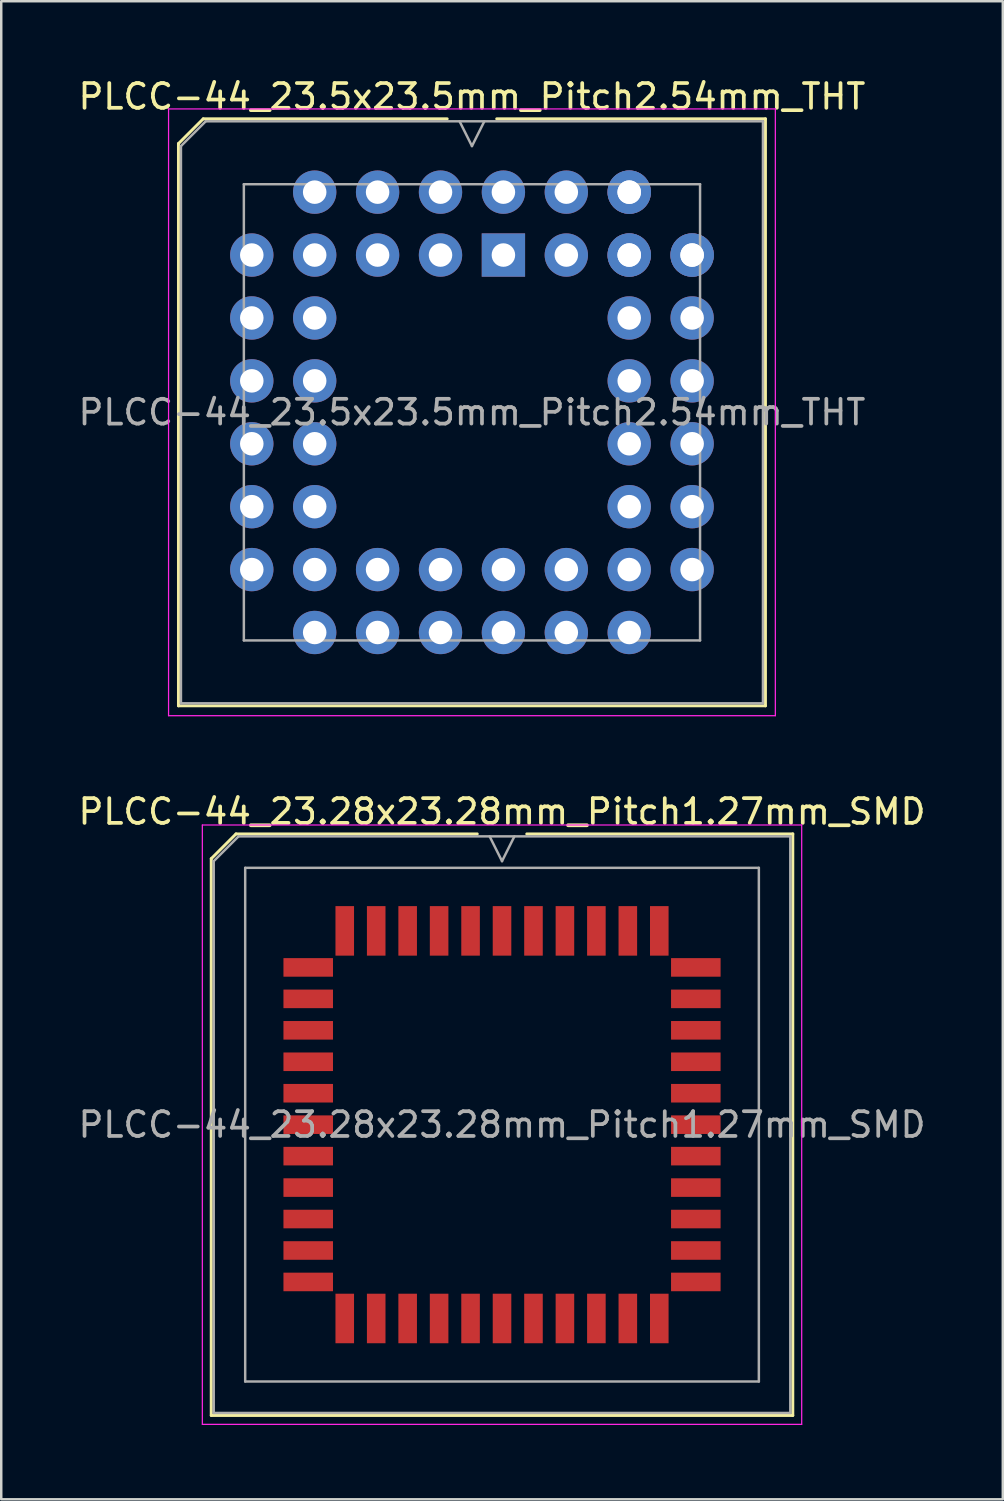
<source format=kicad_pcb>
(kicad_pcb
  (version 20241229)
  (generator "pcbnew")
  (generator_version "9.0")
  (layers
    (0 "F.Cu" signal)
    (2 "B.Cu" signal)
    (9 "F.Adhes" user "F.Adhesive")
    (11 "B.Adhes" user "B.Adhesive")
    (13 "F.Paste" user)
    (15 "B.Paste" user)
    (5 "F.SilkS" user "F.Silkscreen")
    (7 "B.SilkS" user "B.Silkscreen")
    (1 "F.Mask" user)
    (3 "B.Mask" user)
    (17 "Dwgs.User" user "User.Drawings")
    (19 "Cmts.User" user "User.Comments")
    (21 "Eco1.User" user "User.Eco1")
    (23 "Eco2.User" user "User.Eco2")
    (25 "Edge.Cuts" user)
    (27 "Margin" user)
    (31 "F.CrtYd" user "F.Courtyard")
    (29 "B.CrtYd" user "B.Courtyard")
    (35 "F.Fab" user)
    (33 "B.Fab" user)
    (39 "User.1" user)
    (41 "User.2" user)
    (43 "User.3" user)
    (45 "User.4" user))
  (footprint "PLCC-44_23.28x23.28mm_Pitch1.27mm_SMD"
    (layer "F.Cu")
    (at 17.22 42.361)
    (property "Reference" "PLCC-44_23.28x23.28mm_Pitch1.27mm_SMD" (at 0 -12.64 0) (layer "F.SilkS") (effects (font (size 1 1) (thickness 0.15))))
    (attr smd)
    (fp_line (start -11.74 -10.74) (end -11.74 11.74) (stroke (width 0.12) (type solid)) (layer "F.SilkS"))
    (fp_line (start -11.74 11.74) (end 11.74 11.74) (stroke (width 0.12) (type solid)) (layer "F.SilkS"))
    (fp_line (start -10.74 -11.74) (end -11.74 -10.74) (stroke (width 0.12) (type solid)) (layer "F.SilkS"))
    (fp_line (start -1 -11.74) (end -10.74 -11.74) (stroke (width 0.12) (type solid)) (layer "F.SilkS"))
    (fp_line (start 11.74 -11.74) (end 1 -11.74) (stroke (width 0.12) (type solid)) (layer "F.SilkS"))
    (fp_line (start 11.74 11.74) (end 11.74 -11.74) (stroke (width 0.12) (type solid)) (layer "F.SilkS"))
    (fp_line (start -12.1 -12.1) (end -12.1 12.1) (stroke (width 0.05) (type solid)) (layer "F.CrtYd"))
    (fp_line (start -12.1 12.1) (end 12.1 12.1) (stroke (width 0.05) (type solid)) (layer "F.CrtYd"))
    (fp_line (start 12.1 -12.1) (end -12.1 -12.1) (stroke (width 0.05) (type solid)) (layer "F.CrtYd"))
    (fp_line (start 12.1 12.1) (end 12.1 -12.1) (stroke (width 0.05) (type solid)) (layer "F.CrtYd"))
    (fp_line (start -11.64 -10.64) (end -11.64 11.64) (stroke (width 0.1) (type solid)) (layer "F.Fab"))
    (fp_line (start -11.64 11.64) (end 11.64 11.64) (stroke (width 0.1) (type solid)) (layer "F.Fab"))
    (fp_line (start -10.64 -11.64) (end -11.64 -10.64) (stroke (width 0.1) (type solid)) (layer "F.Fab"))
    (fp_line (start -10.37 -10.37) (end -10.37 10.37) (stroke (width 0.1) (type solid)) (layer "F.Fab"))
    (fp_line (start -10.37 10.37) (end 10.37 10.37) (stroke (width 0.1) (type solid)) (layer "F.Fab"))
    (fp_line (start -0.5 -11.64) (end 0 -10.64) (stroke (width 0.1) (type solid)) (layer "F.Fab"))
    (fp_line (start 0 -10.64) (end 0.5 -11.64) (stroke (width 0.1) (type solid)) (layer "F.Fab"))
    (fp_line (start 10.37 -10.37) (end -10.37 -10.37) (stroke (width 0.1) (type solid)) (layer "F.Fab"))
    (fp_line (start 10.37 10.37) (end 10.37 -10.37) (stroke (width 0.1) (type solid)) (layer "F.Fab"))
    (fp_line (start 11.64 -11.64) (end -10.64 -11.64) (stroke (width 0.1) (type solid)) (layer "F.Fab"))
    (fp_line (start 11.64 11.64) (end 11.64 -11.64) (stroke (width 0.1) (type solid)) (layer "F.Fab"))
    (fp_text user "${REFERENCE}" (at 0 0 0) (layer "F.Fab") (effects (font (size 1 1) (thickness 0.15))))
    (pad "1" smd rect (at 0 -7.825) (size 0.75 2) (layers "F.Cu" "F.Mask" "F.Paste"))
    (pad "2" smd rect (at -1.27 -7.825) (size 0.75 2) (layers "F.Cu" "F.Mask" "F.Paste"))
    (pad "3" smd rect (at -2.54 -7.825) (size 0.75 2) (layers "F.Cu" "F.Mask" "F.Paste"))
    (pad "4" smd rect (at -3.81 -7.825) (size 0.75 2) (layers "F.Cu" "F.Mask" "F.Paste"))
    (pad "5" smd rect (at -5.08 -7.825) (size 0.75 2) (layers "F.Cu" "F.Mask" "F.Paste"))
    (pad "6" smd rect (at -6.35 -7.825) (size 0.75 2) (layers "F.Cu" "F.Mask" "F.Paste"))
    (pad "7" smd rect (at -7.825 -6.35) (size 2 0.75) (layers "F.Cu" "F.Mask" "F.Paste"))
    (pad "8" smd rect (at -7.825 -5.08) (size 2 0.75) (layers "F.Cu" "F.Mask" "F.Paste"))
    (pad "9" smd rect (at -7.825 -3.81) (size 2 0.75) (layers "F.Cu" "F.Mask" "F.Paste"))
    (pad "10" smd rect (at -7.825 -2.54) (size 2 0.75) (layers "F.Cu" "F.Mask" "F.Paste"))
    (pad "11" smd rect (at -7.825 -1.27) (size 2 0.75) (layers "F.Cu" "F.Mask" "F.Paste"))
    (pad "12" smd rect (at -7.825 0) (size 2 0.75) (layers "F.Cu" "F.Mask" "F.Paste"))
    (pad "13" smd rect (at -7.825 1.27) (size 2 0.75) (layers "F.Cu" "F.Mask" "F.Paste"))
    (pad "14" smd rect (at -7.825 2.54) (size 2 0.75) (layers "F.Cu" "F.Mask" "F.Paste"))
    (pad "15" smd rect (at -7.825 3.81) (size 2 0.75) (layers "F.Cu" "F.Mask" "F.Paste"))
    (pad "16" smd rect (at -7.825 5.08) (size 2 0.75) (layers "F.Cu" "F.Mask" "F.Paste"))
    (pad "17" smd rect (at -7.825 6.35) (size 2 0.75) (layers "F.Cu" "F.Mask" "F.Paste"))
    (pad "18" smd rect (at -6.35 7.825) (size 0.75 2) (layers "F.Cu" "F.Mask" "F.Paste"))
    (pad "19" smd rect (at -5.08 7.825) (size 0.75 2) (layers "F.Cu" "F.Mask" "F.Paste"))
    (pad "20" smd rect (at -3.81 7.825) (size 0.75 2) (layers "F.Cu" "F.Mask" "F.Paste"))
    (pad "21" smd rect (at -2.54 7.825) (size 0.75 2) (layers "F.Cu" "F.Mask" "F.Paste"))
    (pad "22" smd rect (at -1.27 7.825) (size 0.75 2) (layers "F.Cu" "F.Mask" "F.Paste"))
    (pad "23" smd rect (at 0 7.825) (size 0.75 2) (layers "F.Cu" "F.Mask" "F.Paste"))
    (pad "24" smd rect (at 1.27 7.825) (size 0.75 2) (layers "F.Cu" "F.Mask" "F.Paste"))
    (pad "25" smd rect (at 2.54 7.825) (size 0.75 2) (layers "F.Cu" "F.Mask" "F.Paste"))
    (pad "26" smd rect (at 3.81 7.825) (size 0.75 2) (layers "F.Cu" "F.Mask" "F.Paste"))
    (pad "27" smd rect (at 5.08 7.825) (size 0.75 2) (layers "F.Cu" "F.Mask" "F.Paste"))
    (pad "28" smd rect (at 6.35 7.825) (size 0.75 2) (layers "F.Cu" "F.Mask" "F.Paste"))
    (pad "29" smd rect (at 7.825 6.35) (size 2 0.75) (layers "F.Cu" "F.Mask" "F.Paste"))
    (pad "30" smd rect (at 7.825 5.08) (size 2 0.75) (layers "F.Cu" "F.Mask" "F.Paste"))
    (pad "31" smd rect (at 7.825 3.81) (size 2 0.75) (layers "F.Cu" "F.Mask" "F.Paste"))
    (pad "32" smd rect (at 7.825 2.54) (size 2 0.75) (layers "F.Cu" "F.Mask" "F.Paste"))
    (pad "33" smd rect (at 7.825 1.27) (size 2 0.75) (layers "F.Cu" "F.Mask" "F.Paste"))
    (pad "34" smd rect (at 7.825 0) (size 2 0.75) (layers "F.Cu" "F.Mask" "F.Paste"))
    (pad "35" smd rect (at 7.825 -1.27) (size 2 0.75) (layers "F.Cu" "F.Mask" "F.Paste"))
    (pad "36" smd rect (at 7.825 -2.54) (size 2 0.75) (layers "F.Cu" "F.Mask" "F.Paste"))
    (pad "37" smd rect (at 7.825 -3.81) (size 2 0.75) (layers "F.Cu" "F.Mask" "F.Paste"))
    (pad "38" smd rect (at 7.825 -5.08) (size 2 0.75) (layers "F.Cu" "F.Mask" "F.Paste"))
    (pad "39" smd rect (at 7.825 -6.35) (size 2 0.75) (layers "F.Cu" "F.Mask" "F.Paste"))
    (pad "40" smd rect (at 6.35 -7.825) (size 0.75 2) (layers "F.Cu" "F.Mask" "F.Paste"))
    (pad "41" smd rect (at 5.08 -7.825) (size 0.75 2) (layers "F.Cu" "F.Mask" "F.Paste"))
    (pad "42" smd rect (at 3.81 -7.825) (size 0.75 2) (layers "F.Cu" "F.Mask" "F.Paste"))
    (pad "43" smd rect (at 2.54 -7.825) (size 0.75 2) (layers "F.Cu" "F.Mask" "F.Paste"))
    (pad "44" smd rect (at 1.27 -7.825) (size 0.75 2) (layers "F.Cu" "F.Mask" "F.Paste")))
  (footprint "PLCC-44_23.5x23.5mm_Pitch2.54mm_THT"
    (layer "F.Cu")
    (at 16.006 13.598)
    (property "Reference" "PLCC-44_23.5x23.5mm_Pitch2.54mm_THT" (at 0 -12.75 0) (layer "F.SilkS") (effects (font (size 1 1) (thickness 0.15))))
    (attr through_hole)
    (fp_line (start -11.85 -10.85) (end -11.85 11.85) (stroke (width 0.12) (type solid)) (layer "F.SilkS"))
    (fp_line (start -11.85 11.85) (end 11.85 11.85) (stroke (width 0.12) (type solid)) (layer "F.SilkS"))
    (fp_line (start -10.85 -11.85) (end -11.85 -10.85) (stroke (width 0.12) (type solid)) (layer "F.SilkS"))
    (fp_line (start -1 -11.85) (end -10.85 -11.85) (stroke (width 0.12) (type solid)) (layer "F.SilkS"))
    (fp_line (start 11.85 -11.85) (end 1 -11.85) (stroke (width 0.12) (type solid)) (layer "F.SilkS"))
    (fp_line (start 11.85 11.85) (end 11.85 -11.85) (stroke (width 0.12) (type solid)) (layer "F.SilkS"))
    (fp_line (start -12.25 -12.25) (end -12.25 12.25) (stroke (width 0.05) (type solid)) (layer "F.CrtYd"))
    (fp_line (start -12.25 12.25) (end 12.25 12.25) (stroke (width 0.05) (type solid)) (layer "F.CrtYd"))
    (fp_line (start 12.25 -12.25) (end -12.25 -12.25) (stroke (width 0.05) (type solid)) (layer "F.CrtYd"))
    (fp_line (start 12.25 12.25) (end 12.25 -12.25) (stroke (width 0.05) (type solid)) (layer "F.CrtYd"))
    (fp_line (start -11.75 -10.75) (end -11.75 11.75) (stroke (width 0.1) (type solid)) (layer "F.Fab"))
    (fp_line (start -11.75 11.75) (end 11.75 11.75) (stroke (width 0.1) (type solid)) (layer "F.Fab"))
    (fp_line (start -10.75 -11.75) (end -11.75 -10.75) (stroke (width 0.1) (type solid)) (layer "F.Fab"))
    (fp_line (start -9.21 -9.21) (end -9.21 9.21) (stroke (width 0.1) (type solid)) (layer "F.Fab"))
    (fp_line (start -9.21 9.21) (end 9.21 9.21) (stroke (width 0.1) (type solid)) (layer "F.Fab"))
    (fp_line (start -0.5 -11.75) (end 0 -10.75) (stroke (width 0.1) (type solid)) (layer "F.Fab"))
    (fp_line (start 0 -10.75) (end 0.5 -11.75) (stroke (width 0.1) (type solid)) (layer "F.Fab"))
    (fp_line (start 9.21 -9.21) (end -9.21 -9.21) (stroke (width 0.1) (type solid)) (layer "F.Fab"))
    (fp_line (start 9.21 9.21) (end 9.21 -9.21) (stroke (width 0.1) (type solid)) (layer "F.Fab"))
    (fp_line (start 11.75 -11.75) (end -10.75 -11.75) (stroke (width 0.1) (type solid)) (layer "F.Fab"))
    (fp_line (start 11.75 11.75) (end 11.75 -11.75) (stroke (width 0.1) (type solid)) (layer "F.Fab"))
    (fp_text user "${REFERENCE}" (at 0 0 0) (layer "F.Fab") (effects (font (size 1 1) (thickness 0.15))))
    (pad "1" thru_hole rect (at 1.27 -6.35) (size 1.75 1.75) (drill 0.95) (layers "*.Cu" "*.Mask"))
    (pad "2" thru_hole circle (at -1.27 -8.89) (size 1.75 1.75) (drill 0.95) (layers "*.Cu" "*.Mask"))
    (pad "3" thru_hole circle (at -1.27 -6.35) (size 1.75 1.75) (drill 0.95) (layers "*.Cu" "*.Mask"))
    (pad "4" thru_hole circle (at -3.81 -8.89) (size 1.75 1.75) (drill 0.95) (layers "*.Cu" "*.Mask"))
    (pad "5" thru_hole circle (at -3.81 -6.35) (size 1.75 1.75) (drill 0.95) (layers "*.Cu" "*.Mask"))
    (pad "6" thru_hole circle (at -6.35 -8.89) (size 1.75 1.75) (drill 0.95) (layers "*.Cu" "*.Mask"))
    (pad "7" thru_hole circle (at -8.89 -6.35) (size 1.75 1.75) (drill 0.95) (layers "*.Cu" "*.Mask"))
    (pad "8" thru_hole circle (at -6.35 -6.35) (size 1.75 1.75) (drill 0.95) (layers "*.Cu" "*.Mask"))
    (pad "9" thru_hole circle (at -8.89 -3.81) (size 1.75 1.75) (drill 0.95) (layers "*.Cu" "*.Mask"))
    (pad "10" thru_hole circle (at -6.35 -3.81) (size 1.75 1.75) (drill 0.95) (layers "*.Cu" "*.Mask"))
    (pad "11" thru_hole circle (at -8.89 -1.27) (size 1.75 1.75) (drill 0.95) (layers "*.Cu" "*.Mask"))
    (pad "12" thru_hole circle (at -6.35 -1.27) (size 1.75 1.75) (drill 0.95) (layers "*.Cu" "*.Mask"))
    (pad "13" thru_hole circle (at -8.89 1.27) (size 1.75 1.75) (drill 0.95) (layers "*.Cu" "*.Mask"))
    (pad "14" thru_hole circle (at -6.35 1.27) (size 1.75 1.75) (drill 0.95) (layers "*.Cu" "*.Mask"))
    (pad "15" thru_hole circle (at -8.89 3.81) (size 1.75 1.75) (drill 0.95) (layers "*.Cu" "*.Mask"))
    (pad "16" thru_hole circle (at -6.35 3.81) (size 1.75 1.75) (drill 0.95) (layers "*.Cu" "*.Mask"))
    (pad "17" thru_hole circle (at -8.89 6.35) (size 1.75 1.75) (drill 0.95) (layers "*.Cu" "*.Mask"))
    (pad "18" thru_hole circle (at -6.35 8.89) (size 1.75 1.75) (drill 0.95) (layers "*.Cu" "*.Mask"))
    (pad "19" thru_hole circle (at -6.35 6.35) (size 1.75 1.75) (drill 0.95) (layers "*.Cu" "*.Mask"))
    (pad "20" thru_hole circle (at -3.81 8.89) (size 1.75 1.75) (drill 0.95) (layers "*.Cu" "*.Mask"))
    (pad "21" thru_hole circle (at -3.81 6.35) (size 1.75 1.75) (drill 0.95) (layers "*.Cu" "*.Mask"))
    (pad "22" thru_hole circle (at -1.27 8.89) (size 1.75 1.75) (drill 0.95) (layers "*.Cu" "*.Mask"))
    (pad "23" thru_hole circle (at -1.27 6.35) (size 1.75 1.75) (drill 0.95) (layers "*.Cu" "*.Mask"))
    (pad "24" thru_hole circle (at 1.27 8.89) (size 1.75 1.75) (drill 0.95) (layers "*.Cu" "*.Mask"))
    (pad "25" thru_hole circle (at 1.27 6.35) (size 1.75 1.75) (drill 0.95) (layers "*.Cu" "*.Mask"))
    (pad "26" thru_hole circle (at 3.81 8.89) (size 1.75 1.75) (drill 0.95) (layers "*.Cu" "*.Mask"))
    (pad "27" thru_hole circle (at 3.81 6.35) (size 1.75 1.75) (drill 0.95) (layers "*.Cu" "*.Mask"))
    (pad "28" thru_hole circle (at 6.35 8.89) (size 1.75 1.75) (drill 0.95) (layers "*.Cu" "*.Mask"))
    (pad "29" thru_hole circle (at 6.35 6.35) (size 1.75 1.75) (drill 0.95) (layers "*.Cu" "*.Mask"))
    (pad "29" thru_hole circle (at 8.89 6.35) (size 1.75 1.75) (drill 0.95) (layers "*.Cu" "*.Mask"))
    (pad "30" thru_hole circle (at 6.35 3.81) (size 1.75 1.75) (drill 0.95) (layers "*.Cu" "*.Mask"))
    (pad "31" thru_hole circle (at 8.89 3.81) (size 1.75 1.75) (drill 0.95) (layers "*.Cu" "*.Mask"))
    (pad "32" thru_hole circle (at 6.35 1.27) (size 1.75 1.75) (drill 0.95) (layers "*.Cu" "*.Mask"))
    (pad "33" thru_hole circle (at 8.89 1.27) (size 1.75 1.75) (drill 0.95) (layers "*.Cu" "*.Mask"))
    (pad "34" thru_hole circle (at 6.35 -1.27) (size 1.75 1.75) (drill 0.95) (layers "*.Cu" "*.Mask"))
    (pad "35" thru_hole circle (at 8.89 -1.27) (size 1.75 1.75) (drill 0.95) (layers "*.Cu" "*.Mask"))
    (pad "36" thru_hole circle (at 6.35 -3.81) (size 1.75 1.75) (drill 0.95) (layers "*.Cu" "*.Mask"))
    (pad "37" thru_hole circle (at 8.89 -3.81) (size 1.75 1.75) (drill 0.95) (layers "*.Cu" "*.Mask"))
    (pad "38" thru_hole circle (at 6.35 -6.35) (size 1.75 1.75) (drill 0.95) (layers "*.Cu" "*.Mask"))
    (pad "39" thru_hole circle (at 8.89 -6.35) (size 1.75 1.75) (drill 0.95) (layers "*.Cu" "*.Mask"))
    (pad "39" thru_hole circle (at 8.89 -6.35) (size 1.75 1.75) (drill 0.95) (layers "*.Cu" "*.Mask"))
    (pad "40" thru_hole circle (at 6.35 -8.89) (size 1.75 1.75) (drill 0.95) (layers "*.Cu" "*.Mask"))
    (pad "40" thru_hole circle (at 6.35 -8.89) (size 1.75 1.75) (drill 0.95) (layers "*.Cu" "*.Mask"))
    (pad "41" thru_hole circle (at 6.35 -6.35) (size 1.75 1.75) (drill 0.95) (layers "*.Cu" "*.Mask"))
    (pad "42" thru_hole circle (at 3.81 -8.89) (size 1.75 1.75) (drill 0.95) (layers "*.Cu" "*.Mask"))
    (pad "43" thru_hole circle (at 3.81 -6.35) (size 1.75 1.75) (drill 0.95) (layers "*.Cu" "*.Mask"))
    (pad "44" thru_hole circle (at 1.27 -8.89) (size 1.75 1.75) (drill 0.95) (layers "*.Cu" "*.Mask")))
  (gr_rect
    (start -3 -3)
    (end 37.44 57.486)
    (stroke (width 0.1) (type default))
    (fill no)
    (layer "Edge.Cuts")))
</source>
